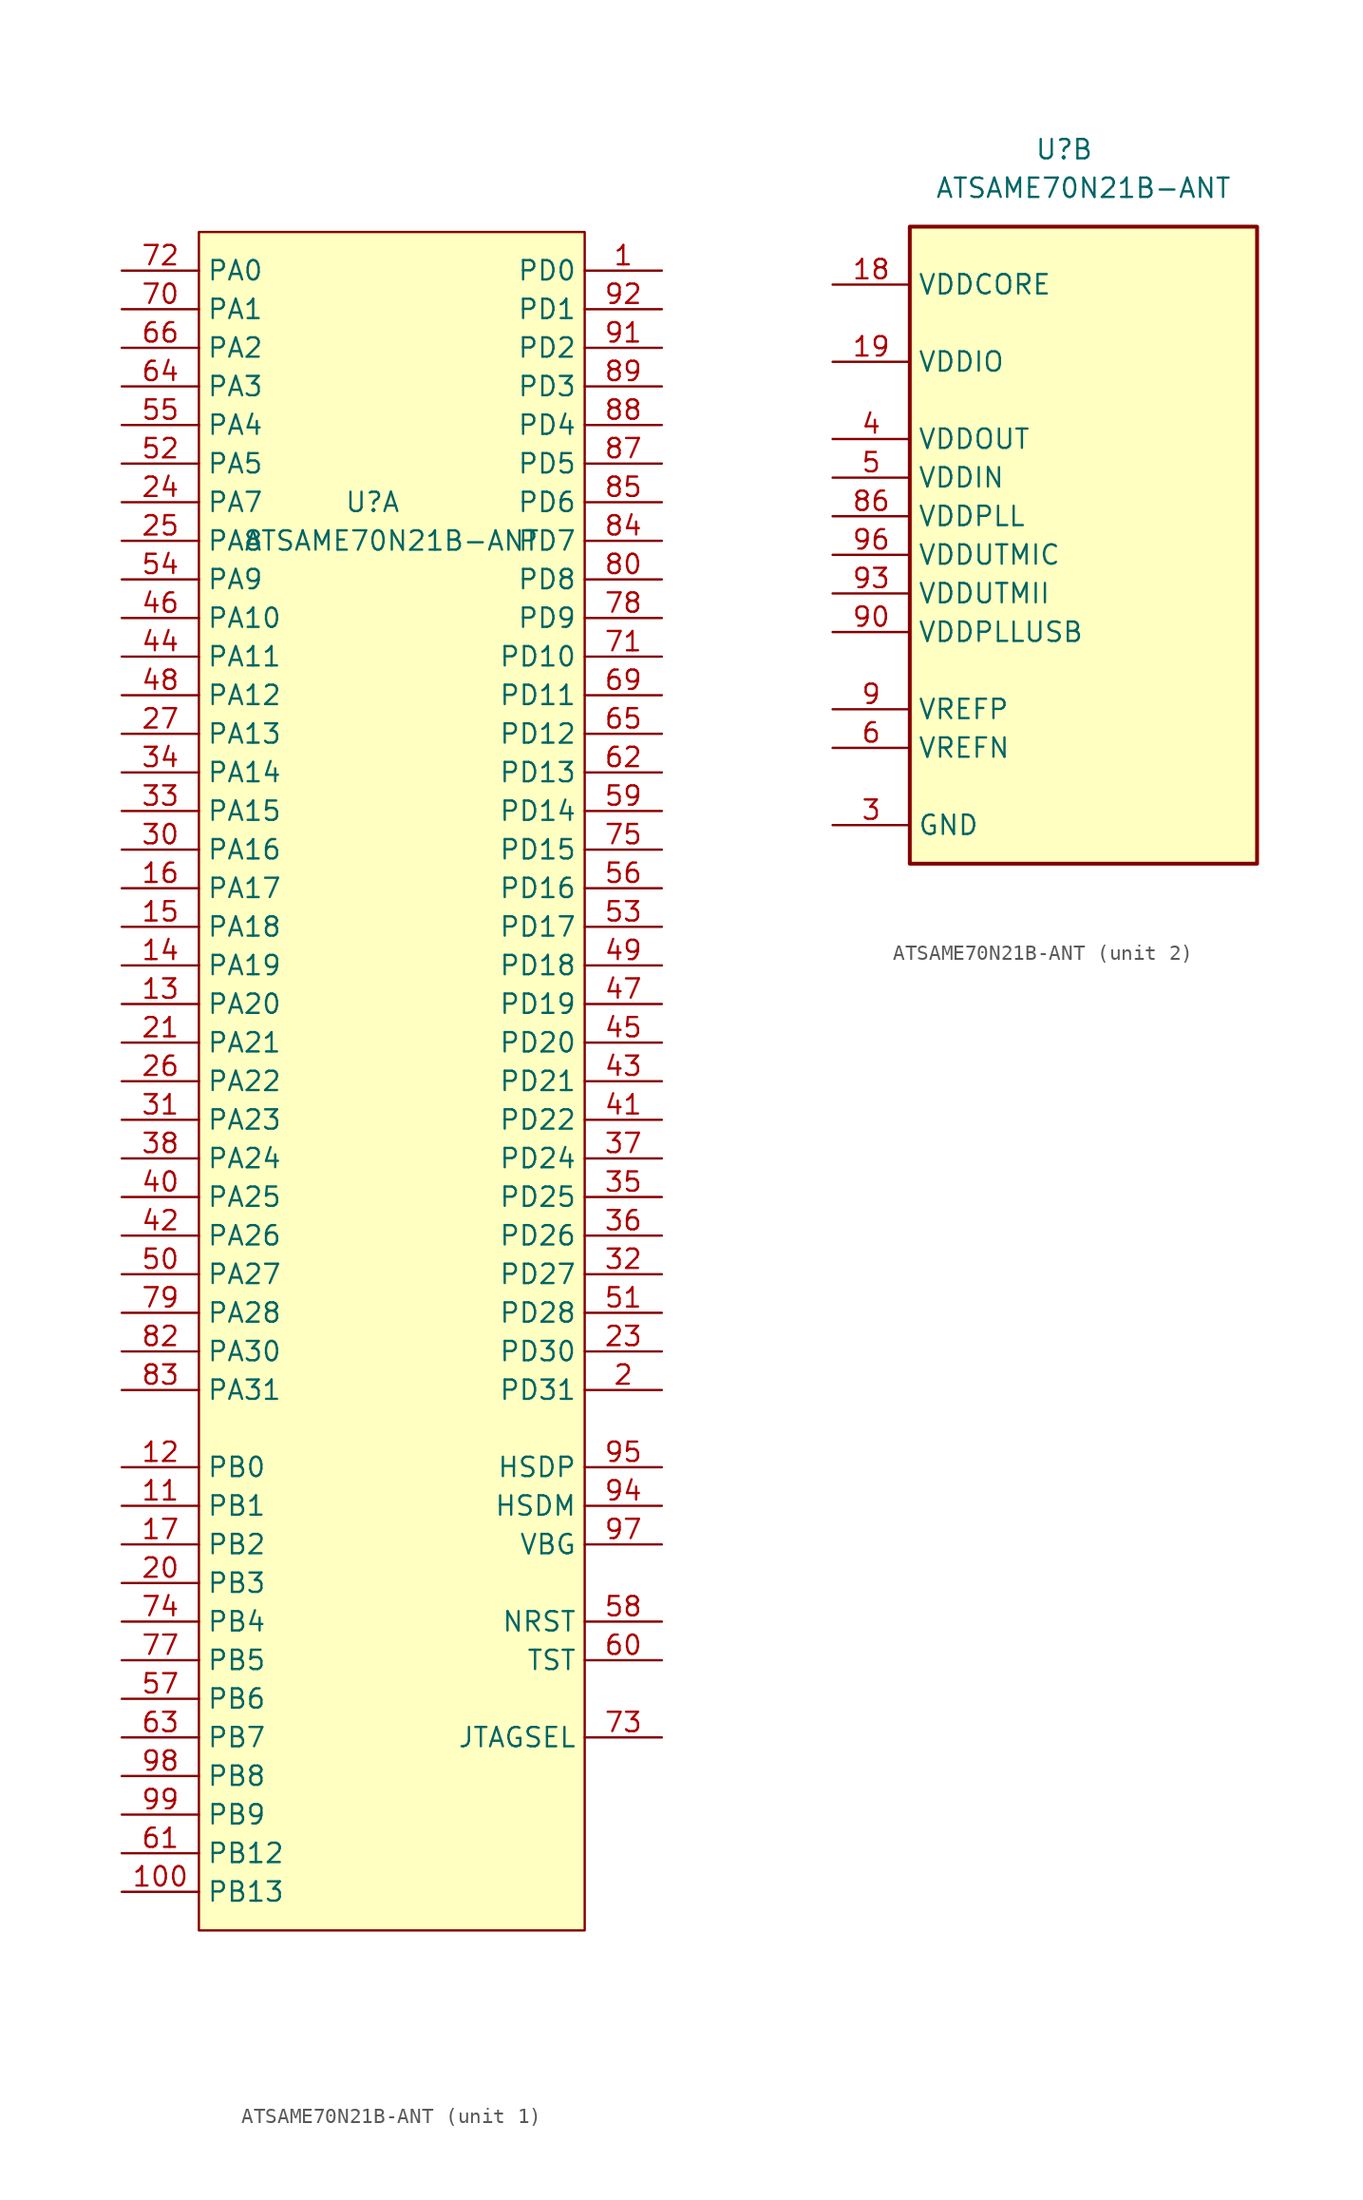
<source format=kicad_sym>
(kicad_symbol_lib
  (version 20201005)
  (generator kicad_symbol_editor)
  (symbol "CustomSymbols:ATSAME70N21B-ANT"
    (property "Reference" "U"
      (at -2.54 25.4 0)
      (effects (font (size 1.27 1.27))))
    (property "Value" "ATSAME70N21B-ANT"
      (at -1.27 22.86 0)
      (effects (font (size 1.27 1.27))))
    (symbol "ATSAME70N21B-ANT_1_1"
      (rectangle (start -13.97 43.18) (end 11.43 -68.58) (stroke (width 0.152)) (fill (type background)))
      (pin bidirectional line (at 16.51 40.64 180) (length 5.08) (name "PD0" (effects (font (size 1.27 1.27)))) (number "1" (effects (font (size 1.27 1.27)))))
      (pin bidirectional line (at -19.05 -66.04 0) (length 5.08) (name "PB13" (effects (font (size 1.27 1.27)))) (number "100" (effects (font (size 1.27 1.27)))))
      (pin bidirectional line (at -19.05 -40.64 0) (length 5.08) (name "PB1" (effects (font (size 1.27 1.27)))) (number "11" (effects (font (size 1.27 1.27)))))
      (pin bidirectional line (at -19.05 -38.1 0) (length 5.08) (name "PB0" (effects (font (size 1.27 1.27)))) (number "12" (effects (font (size 1.27 1.27)))))
      (pin bidirectional line (at -19.05 -7.62 0) (length 5.08) (name "PA20" (effects (font (size 1.27 1.27)))) (number "13" (effects (font (size 1.27 1.27)))))
      (pin bidirectional line (at -19.05 -5.08 0) (length 5.08) (name "PA19" (effects (font (size 1.27 1.27)))) (number "14" (effects (font (size 1.27 1.27)))))
      (pin bidirectional line (at -19.05 -2.54 0) (length 5.08) (name "PA18" (effects (font (size 1.27 1.27)))) (number "15" (effects (font (size 1.27 1.27)))))
      (pin bidirectional line (at -19.05 0 0) (length 5.08) (name "PA17" (effects (font (size 1.27 1.27)))) (number "16" (effects (font (size 1.27 1.27)))))
      (pin bidirectional line (at -19.05 -43.18 0) (length 5.08) (name "PB2" (effects (font (size 1.27 1.27)))) (number "17" (effects (font (size 1.27 1.27)))))
      (pin bidirectional line (at 16.51 -33.02 180) (length 5.08) (name "PD31" (effects (font (size 1.27 1.27)))) (number "2" (effects (font (size 1.27 1.27)))))
      (pin bidirectional line (at -19.05 -45.72 0) (length 5.08) (name "PB3" (effects (font (size 1.27 1.27)))) (number "20" (effects (font (size 1.27 1.27)))))
      (pin bidirectional line (at -19.05 -10.16 0) (length 5.08) (name "PA21" (effects (font (size 1.27 1.27)))) (number "21" (effects (font (size 1.27 1.27)))))
      (pin bidirectional line (at 16.51 -30.48 180) (length 5.08) (name "PD30" (effects (font (size 1.27 1.27)))) (number "23" (effects (font (size 1.27 1.27)))))
      (pin bidirectional line (at -19.05 25.4 0) (length 5.08) (name "PA7" (effects (font (size 1.27 1.27)))) (number "24" (effects (font (size 1.27 1.27)))))
      (pin bidirectional line (at -19.05 22.86 0) (length 5.08) (name "PA8" (effects (font (size 1.27 1.27)))) (number "25" (effects (font (size 1.27 1.27)))))
      (pin bidirectional line (at -19.05 -12.7 0) (length 5.08) (name "PA22" (effects (font (size 1.27 1.27)))) (number "26" (effects (font (size 1.27 1.27)))))
      (pin bidirectional line (at -19.05 10.16 0) (length 5.08) (name "PA13" (effects (font (size 1.27 1.27)))) (number "27" (effects (font (size 1.27 1.27)))))
      (pin bidirectional line (at -19.05 2.54 0) (length 5.08) (name "PA16" (effects (font (size 1.27 1.27)))) (number "30" (effects (font (size 1.27 1.27)))))
      (pin bidirectional line (at -19.05 -15.24 0) (length 5.08) (name "PA23" (effects (font (size 1.27 1.27)))) (number "31" (effects (font (size 1.27 1.27)))))
      (pin bidirectional line (at 16.51 -25.4 180) (length 5.08) (name "PD27" (effects (font (size 1.27 1.27)))) (number "32" (effects (font (size 1.27 1.27)))))
      (pin bidirectional line (at -19.05 5.08 0) (length 5.08) (name "PA15" (effects (font (size 1.27 1.27)))) (number "33" (effects (font (size 1.27 1.27)))))
      (pin bidirectional line (at -19.05 7.62 0) (length 5.08) (name "PA14" (effects (font (size 1.27 1.27)))) (number "34" (effects (font (size 1.27 1.27)))))
      (pin bidirectional line (at 16.51 -20.32 180) (length 5.08) (name "PD25" (effects (font (size 1.27 1.27)))) (number "35" (effects (font (size 1.27 1.27)))))
      (pin bidirectional line (at 16.51 -22.86 180) (length 5.08) (name "PD26" (effects (font (size 1.27 1.27)))) (number "36" (effects (font (size 1.27 1.27)))))
      (pin bidirectional line (at 16.51 -17.78 180) (length 5.08) (name "PD24" (effects (font (size 1.27 1.27)))) (number "37" (effects (font (size 1.27 1.27)))))
      (pin bidirectional line (at -19.05 -17.78 0) (length 5.08) (name "PA24" (effects (font (size 1.27 1.27)))) (number "38" (effects (font (size 1.27 1.27)))))
      (pin bidirectional line (at -19.05 -20.32 0) (length 5.08) (name "PA25" (effects (font (size 1.27 1.27)))) (number "40" (effects (font (size 1.27 1.27)))))
      (pin bidirectional line (at 16.51 -15.24 180) (length 5.08) (name "PD22" (effects (font (size 1.27 1.27)))) (number "41" (effects (font (size 1.27 1.27)))))
      (pin bidirectional line (at -19.05 -22.86 0) (length 5.08) (name "PA26" (effects (font (size 1.27 1.27)))) (number "42" (effects (font (size 1.27 1.27)))))
      (pin bidirectional line (at 16.51 -12.7 180) (length 5.08) (name "PD21" (effects (font (size 1.27 1.27)))) (number "43" (effects (font (size 1.27 1.27)))))
      (pin bidirectional line (at -19.05 15.24 0) (length 5.08) (name "PA11" (effects (font (size 1.27 1.27)))) (number "44" (effects (font (size 1.27 1.27)))))
      (pin bidirectional line (at 16.51 -10.16 180) (length 5.08) (name "PD20" (effects (font (size 1.27 1.27)))) (number "45" (effects (font (size 1.27 1.27)))))
      (pin bidirectional line (at -19.05 17.78 0) (length 5.08) (name "PA10" (effects (font (size 1.27 1.27)))) (number "46" (effects (font (size 1.27 1.27)))))
      (pin bidirectional line (at 16.51 -7.62 180) (length 5.08) (name "PD19" (effects (font (size 1.27 1.27)))) (number "47" (effects (font (size 1.27 1.27)))))
      (pin bidirectional line (at -19.05 12.7 0) (length 5.08) (name "PA12" (effects (font (size 1.27 1.27)))) (number "48" (effects (font (size 1.27 1.27)))))
      (pin bidirectional line (at 16.51 -5.08 180) (length 5.08) (name "PD18" (effects (font (size 1.27 1.27)))) (number "49" (effects (font (size 1.27 1.27)))))
      (pin bidirectional line (at -19.05 -25.4 0) (length 5.08) (name "PA27" (effects (font (size 1.27 1.27)))) (number "50" (effects (font (size 1.27 1.27)))))
      (pin bidirectional line (at 16.51 -27.94 180) (length 5.08) (name "PD28" (effects (font (size 1.27 1.27)))) (number "51" (effects (font (size 1.27 1.27)))))
      (pin bidirectional line (at -19.05 27.94 0) (length 5.08) (name "PA5" (effects (font (size 1.27 1.27)))) (number "52" (effects (font (size 1.27 1.27)))))
      (pin bidirectional line (at 16.51 -2.54 180) (length 5.08) (name "PD17" (effects (font (size 1.27 1.27)))) (number "53" (effects (font (size 1.27 1.27)))))
      (pin bidirectional line (at -19.05 20.32 0) (length 5.08) (name "PA9" (effects (font (size 1.27 1.27)))) (number "54" (effects (font (size 1.27 1.27)))))
      (pin bidirectional line (at -19.05 30.48 0) (length 5.08) (name "PA4" (effects (font (size 1.27 1.27)))) (number "55" (effects (font (size 1.27 1.27)))))
      (pin bidirectional line (at 16.51 0 180) (length 5.08) (name "PD16" (effects (font (size 1.27 1.27)))) (number "56" (effects (font (size 1.27 1.27)))))
      (pin bidirectional line (at -19.05 -53.34 0) (length 5.08) (name "PB6" (effects (font (size 1.27 1.27)))) (number "57" (effects (font (size 1.27 1.27)))))
      (pin bidirectional line (at 16.51 -48.26 180) (length 5.08) (name "NRST" (effects (font (size 1.27 1.27)))) (number "58" (effects (font (size 1.27 1.27)))))
      (pin bidirectional line (at 16.51 5.08 180) (length 5.08) (name "PD14" (effects (font (size 1.27 1.27)))) (number "59" (effects (font (size 1.27 1.27)))))
      (pin input line (at 16.51 -50.8 180) (length 5.08) (name "TST" (effects (font (size 1.27 1.27)))) (number "60" (effects (font (size 1.27 1.27)))))
      (pin bidirectional line (at -19.05 -63.5 0) (length 5.08) (name "PB12" (effects (font (size 1.27 1.27)))) (number "61" (effects (font (size 1.27 1.27)))))
      (pin bidirectional line (at 16.51 7.62 180) (length 5.08) (name "PD13" (effects (font (size 1.27 1.27)))) (number "62" (effects (font (size 1.27 1.27)))))
      (pin bidirectional line (at -19.05 -55.88 0) (length 5.08) (name "PB7" (effects (font (size 1.27 1.27)))) (number "63" (effects (font (size 1.27 1.27)))))
      (pin bidirectional line (at -19.05 33.02 0) (length 5.08) (name "PA3" (effects (font (size 1.27 1.27)))) (number "64" (effects (font (size 1.27 1.27)))))
      (pin bidirectional line (at 16.51 10.16 180) (length 5.08) (name "PD12" (effects (font (size 1.27 1.27)))) (number "65" (effects (font (size 1.27 1.27)))))
      (pin bidirectional line (at -19.05 35.56 0) (length 5.08) (name "PA2" (effects (font (size 1.27 1.27)))) (number "66" (effects (font (size 1.27 1.27)))))
      (pin bidirectional line (at 16.51 12.7 180) (length 5.08) (name "PD11" (effects (font (size 1.27 1.27)))) (number "69" (effects (font (size 1.27 1.27)))))
      (pin bidirectional line (at -19.05 38.1 0) (length 5.08) (name "PA1" (effects (font (size 1.27 1.27)))) (number "70" (effects (font (size 1.27 1.27)))))
      (pin bidirectional line (at 16.51 15.24 180) (length 5.08) (name "PD10" (effects (font (size 1.27 1.27)))) (number "71" (effects (font (size 1.27 1.27)))))
      (pin bidirectional line (at -19.05 40.64 0) (length 5.08) (name "PA0" (effects (font (size 1.27 1.27)))) (number "72" (effects (font (size 1.27 1.27)))))
      (pin input line (at 16.51 -55.88 180) (length 5.08) (name "JTAGSEL" (effects (font (size 1.27 1.27)))) (number "73" (effects (font (size 1.27 1.27)))))
      (pin bidirectional line (at -19.05 -48.26 0) (length 5.08) (name "PB4" (effects (font (size 1.27 1.27)))) (number "74" (effects (font (size 1.27 1.27)))))
      (pin bidirectional line (at 16.51 2.54 180) (length 5.08) (name "PD15" (effects (font (size 1.27 1.27)))) (number "75" (effects (font (size 1.27 1.27)))))
      (pin bidirectional line (at -19.05 -50.8 0) (length 5.08) (name "PB5" (effects (font (size 1.27 1.27)))) (number "77" (effects (font (size 1.27 1.27)))))
      (pin bidirectional line (at 16.51 17.78 180) (length 5.08) (name "PD9" (effects (font (size 1.27 1.27)))) (number "78" (effects (font (size 1.27 1.27)))))
      (pin bidirectional line (at -19.05 -27.94 0) (length 5.08) (name "PA28" (effects (font (size 1.27 1.27)))) (number "79" (effects (font (size 1.27 1.27)))))
      (pin bidirectional line (at 16.51 20.32 180) (length 5.08) (name "PD8" (effects (font (size 1.27 1.27)))) (number "80" (effects (font (size 1.27 1.27)))))
      (pin bidirectional line (at -19.05 -30.48 0) (length 5.08) (name "PA30" (effects (font (size 1.27 1.27)))) (number "82" (effects (font (size 1.27 1.27)))))
      (pin bidirectional line (at -19.05 -33.02 0) (length 5.08) (name "PA31" (effects (font (size 1.27 1.27)))) (number "83" (effects (font (size 1.27 1.27)))))
      (pin bidirectional line (at 16.51 22.86 180) (length 5.08) (name "PD7" (effects (font (size 1.27 1.27)))) (number "84" (effects (font (size 1.27 1.27)))))
      (pin bidirectional line (at 16.51 25.4 180) (length 5.08) (name "PD6" (effects (font (size 1.27 1.27)))) (number "85" (effects (font (size 1.27 1.27)))))
      (pin bidirectional line (at 16.51 27.94 180) (length 5.08) (name "PD5" (effects (font (size 1.27 1.27)))) (number "87" (effects (font (size 1.27 1.27)))))
      (pin bidirectional line (at 16.51 30.48 180) (length 5.08) (name "PD4" (effects (font (size 1.27 1.27)))) (number "88" (effects (font (size 1.27 1.27)))))
      (pin bidirectional line (at 16.51 33.02 180) (length 5.08) (name "PD3" (effects (font (size 1.27 1.27)))) (number "89" (effects (font (size 1.27 1.27)))))
      (pin bidirectional line (at 16.51 35.56 180) (length 5.08) (name "PD2" (effects (font (size 1.27 1.27)))) (number "91" (effects (font (size 1.27 1.27)))))
      (pin bidirectional line (at 16.51 38.1 180) (length 5.08) (name "PD1" (effects (font (size 1.27 1.27)))) (number "92" (effects (font (size 1.27 1.27)))))
      (pin bidirectional line (at 16.51 -40.64 180) (length 5.08) (name "HSDM" (effects (font (size 1.27 1.27)))) (number "94" (effects (font (size 1.27 1.27)))))
      (pin bidirectional line (at 16.51 -38.1 180) (length 5.08) (name "HSDP" (effects (font (size 1.27 1.27)))) (number "95" (effects (font (size 1.27 1.27)))))
      (pin input line (at 16.51 -43.18 180) (length 5.08) (name "VBG" (effects (font (size 1.27 1.27)))) (number "97" (effects (font (size 1.27 1.27)))))
      (pin bidirectional line (at -19.05 -58.42 0) (length 5.08) (name "PB8" (effects (font (size 1.27 1.27)))) (number "98" (effects (font (size 1.27 1.27)))))
      (pin bidirectional line (at -19.05 -60.96 0) (length 5.08) (name "PB9" (effects (font (size 1.27 1.27)))) (number "99" (effects (font (size 1.27 1.27))))))
    (symbol "ATSAME70N21B-ANT_2_1"
      (rectangle (start -12.7 20.32) (end 10.16 -21.59) (stroke (width 0.254)) (fill (type background)))
      (pin passive line (at -17.78 -19.05 0) (length 5.08) hide (name "GND" (effects (font (size 1.27 1.27)))) (number "10" (effects (font (size 1.27 1.27)))))
      (pin power_in line (at -17.78 16.51 0) (length 5.08) (name "VDDCORE" (effects (font (size 1.27 1.27)))) (number "18" (effects (font (size 1.27 1.27)))))
      (pin power_in line (at -17.78 11.43 0) (length 5.08) (name "VDDIO" (effects (font (size 1.27 1.27)))) (number "19" (effects (font (size 1.27 1.27)))))
      (pin passive line (at -17.78 16.51 0) (length 5.08) hide (name "VDDCORE" (effects (font (size 1.27 1.27)))) (number "22" (effects (font (size 1.27 1.27)))))
      (pin passive line (at -17.78 11.43 0) (length 5.08) hide (name "VDDIO" (effects (font (size 1.27 1.27)))) (number "28" (effects (font (size 1.27 1.27)))))
      (pin passive line (at -17.78 -19.05 0) (length 5.08) hide (name "GND" (effects (font (size 1.27 1.27)))) (number "29" (effects (font (size 1.27 1.27)))))
      (pin power_in line (at -17.78 -19.05 0) (length 5.08) (name "GND" (effects (font (size 1.27 1.27)))) (number "3" (effects (font (size 1.27 1.27)))))
      (pin passive line (at -17.78 16.51 0) (length 5.08) hide (name "VDDCORE" (effects (font (size 1.27 1.27)))) (number "39" (effects (font (size 1.27 1.27)))))
      (pin power_in line (at -17.78 6.35 0) (length 5.08) (name "VDDOUT" (effects (font (size 1.27 1.27)))) (number "4" (effects (font (size 1.27 1.27)))))
      (pin power_in line (at -17.78 3.81 0) (length 5.08) (name "VDDIN" (effects (font (size 1.27 1.27)))) (number "5" (effects (font (size 1.27 1.27)))))
      (pin input line (at -17.78 -13.97 0) (length 5.08) (name "VREFN" (effects (font (size 1.27 1.27)))) (number "6" (effects (font (size 1.27 1.27)))))
      (pin passive line (at -17.78 -19.05 0) (length 5.08) hide (name "GND" (effects (font (size 1.27 1.27)))) (number "67" (effects (font (size 1.27 1.27)))))
      (pin passive line (at -17.78 11.43 0) (length 5.08) hide (name "VDDIO" (effects (font (size 1.27 1.27)))) (number "68" (effects (font (size 1.27 1.27)))))
      (pin passive line (at -17.78 -19.05 0) (length 5.08) hide (name "GND" (effects (font (size 1.27 1.27)))) (number "7" (effects (font (size 1.27 1.27)))))
      (pin passive line (at -17.78 16.51 0) (length 5.08) hide (name "VDDCORE" (effects (font (size 1.27 1.27)))) (number "76" (effects (font (size 1.27 1.27)))))
      (pin passive line (at -17.78 -19.05 0) (length 5.08) hide (name "GND" (effects (font (size 1.27 1.27)))) (number "8" (effects (font (size 1.27 1.27)))))
      (pin passive line (at -17.78 11.43 0) (length 5.08) hide (name "VDDIO" (effects (font (size 1.27 1.27)))) (number "81" (effects (font (size 1.27 1.27)))))
      (pin power_in line (at -17.78 1.27 0) (length 5.08) (name "VDDPLL" (effects (font (size 1.27 1.27)))) (number "86" (effects (font (size 1.27 1.27)))))
      (pin input line (at -17.78 -11.43 0) (length 5.08) (name "VREFP" (effects (font (size 1.27 1.27)))) (number "9" (effects (font (size 1.27 1.27)))))
      (pin power_in line (at -17.78 -6.35 0) (length 5.08) (name "VDDPLLUSB" (effects (font (size 1.27 1.27)))) (number "90" (effects (font (size 1.27 1.27)))))
      (pin power_in line (at -17.78 -3.81 0) (length 5.08) (name "VDDUTMII" (effects (font (size 1.27 1.27)))) (number "93" (effects (font (size 1.27 1.27)))))
      (pin power_in line (at -17.78 -1.27 0) (length 5.08) (name "VDDUTMIC" (effects (font (size 1.27 1.27)))) (number "96" (effects (font (size 1.27 1.27))))))))
</source>
